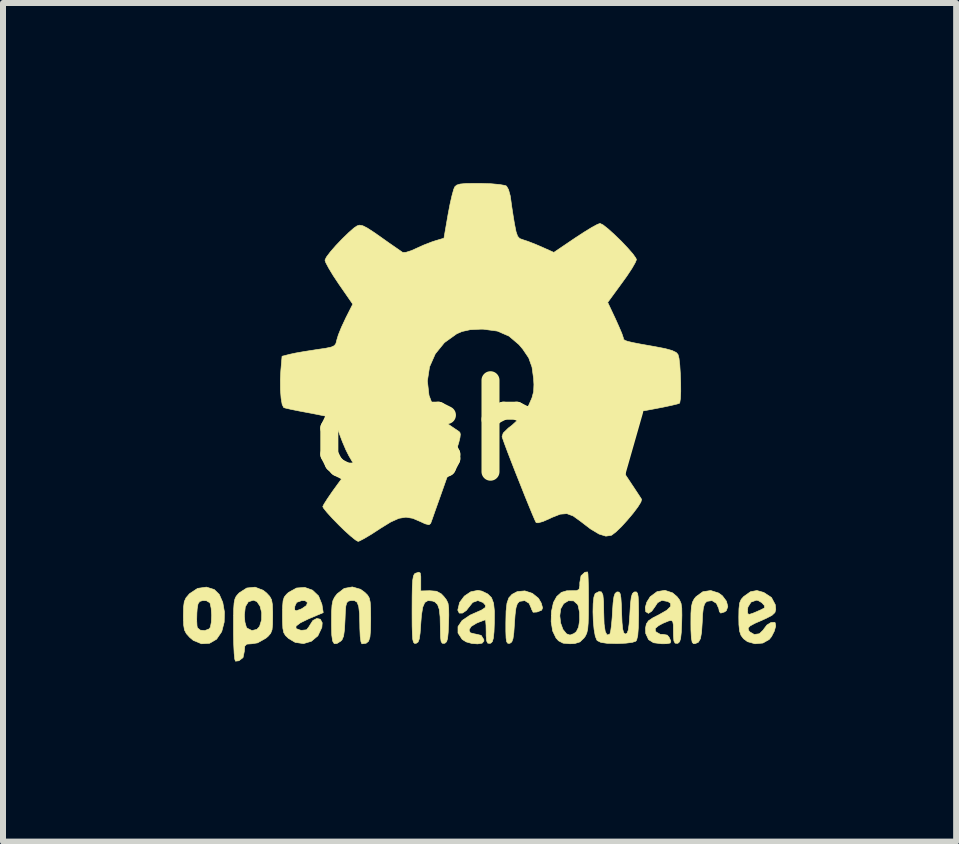
<source format=kicad_pcb>
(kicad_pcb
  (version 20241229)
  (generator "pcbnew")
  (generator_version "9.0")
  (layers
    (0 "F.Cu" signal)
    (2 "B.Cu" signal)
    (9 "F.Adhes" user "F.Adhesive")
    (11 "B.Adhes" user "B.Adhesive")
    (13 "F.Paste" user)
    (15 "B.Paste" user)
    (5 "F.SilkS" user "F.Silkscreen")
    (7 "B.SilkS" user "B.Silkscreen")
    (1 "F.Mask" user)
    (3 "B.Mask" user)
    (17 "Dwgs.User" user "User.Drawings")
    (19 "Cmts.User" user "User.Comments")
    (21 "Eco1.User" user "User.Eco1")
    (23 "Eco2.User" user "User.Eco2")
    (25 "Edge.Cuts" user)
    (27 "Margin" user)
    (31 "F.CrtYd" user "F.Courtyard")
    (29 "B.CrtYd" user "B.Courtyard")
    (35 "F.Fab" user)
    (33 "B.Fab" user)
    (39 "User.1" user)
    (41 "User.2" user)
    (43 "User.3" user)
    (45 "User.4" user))
  (footprint "oshw"
    (layer "F.Cu")
    (at 4.94 4.119)
    (property "Reference" "oshw" (at 0 0 0) (layer "F.SilkS") (effects (font (size 1.524 1.524) (thickness 0.3))))
    (attr through_hole)
    (fp_poly (pts (xy 3.983 2.711) (xy 4.045 2.757) (xy 4.112 2.847) (xy 4.135 2.936) (xy 4.11 3.005) (xy 4.079 3.026) (xy 4.017 3.045) (xy 3.994 3.02) (xy 3.985 2.97) (xy 3.945 2.882) (xy 3.872 2.837) (xy 3.789 2.849) (xy 3.783 2.852) (xy 3.75 2.888) (xy 3.728 2.955) (xy 3.715 3.067) (xy 3.709 3.196) (xy 3.698 3.364) (xy 3.679 3.471) (xy 3.645 3.53) (xy 3.591 3.554) (xy 3.565 3.555) (xy 3.542 3.533) (xy 3.528 3.46) (xy 3.521 3.328) (xy 3.52 3.213) (xy 3.521 3.049) (xy 3.529 2.938) (xy 3.546 2.864) (xy 3.576 2.807) (xy 3.606 2.771) (xy 3.719 2.689) (xy 3.851 2.669) (xy 3.983 2.711)) (stroke (width 0.01) (type solid)) (fill yes) (layer "F.SilkS"))
    (fp_poly (pts (xy 0.879 2.716) (xy 0.981 2.798) (xy 1.027 2.878) (xy 1.049 2.958) (xy 1.034 2.996) (xy 0.97 3.022) (xy 0.955 3.027) (xy 0.892 3.031) (xy 0.866 2.981) (xy 0.865 2.972) (xy 0.825 2.882) (xy 0.752 2.837) (xy 0.669 2.849) (xy 0.662 2.852) (xy 0.629 2.888) (xy 0.606 2.957) (xy 0.591 3.072) (xy 0.581 3.215) (xy 0.57 3.373) (xy 0.556 3.472) (xy 0.536 3.525) (xy 0.507 3.547) (xy 0.499 3.549) (xy 0.47 3.548) (xy 0.451 3.523) (xy 0.441 3.46) (xy 0.437 3.349) (xy 0.437 3.205) (xy 0.441 3.013) (xy 0.456 2.88) (xy 0.487 2.791) (xy 0.54 2.733) (xy 0.619 2.691) (xy 0.633 2.686) (xy 0.754 2.675) (xy 0.879 2.716)) (stroke (width 0.01) (type solid)) (fill yes) (layer "F.SilkS"))
    (fp_poly (pts (xy -4.421 2.652) (xy -4.337 2.734) (xy -4.279 2.866) (xy -4.251 3.026) (xy -4.255 3.195) (xy -4.296 3.353) (xy -4.297 3.355) (xy -4.382 3.48) (xy -4.499 3.548) (xy -4.633 3.556) (xy -4.768 3.501) (xy -4.829 3.45) (xy -4.885 3.388) (xy -4.917 3.326) (xy -4.931 3.241) (xy -4.933 3.163) (xy -4.713 3.163) (xy -4.708 3.256) (xy -4.702 3.289) (xy -4.654 3.329) (xy -4.578 3.336) (xy -4.509 3.31) (xy -4.485 3.281) (xy -4.469 3.195) (xy -4.464 3.079) (xy -4.472 2.964) (xy -4.49 2.882) (xy -4.495 2.872) (xy -4.551 2.839) (xy -4.612 2.836) (xy -4.663 2.851) (xy -4.691 2.891) (xy -4.705 2.973) (xy -4.71 3.044) (xy -4.713 3.163) (xy -4.933 3.163) (xy -4.935 3.11) (xy -4.935 3.084) (xy -4.932 2.945) (xy -4.92 2.854) (xy -4.891 2.79) (xy -4.839 2.729) (xy -4.829 2.719) (xy -4.698 2.633) (xy -4.551 2.612) (xy -4.421 2.652)) (stroke (width 0.01) (type solid)) (fill yes) (layer "F.SilkS"))
    (fp_poly (pts (xy -1.984 2.648) (xy -1.91 2.702) (xy -1.866 2.746) (xy -1.838 2.794) (xy -1.823 2.861) (xy -1.816 2.964) (xy -1.814 3.12) (xy -1.814 3.151) (xy -1.817 3.328) (xy -1.827 3.445) (xy -1.85 3.514) (xy -1.89 3.547) (xy -1.951 3.556) (xy -1.962 3.556) (xy -1.977 3.522) (xy -1.989 3.433) (xy -1.995 3.303) (xy -1.996 3.239) (xy -2 3.056) (xy -2.014 2.935) (xy -2.04 2.865) (xy -2.085 2.836) (xy -2.145 2.836) (xy -2.187 2.846) (xy -2.213 2.872) (xy -2.229 2.929) (xy -2.237 3.031) (xy -2.242 3.157) (xy -2.251 3.321) (xy -2.266 3.428) (xy -2.292 3.49) (xy -2.312 3.511) (xy -2.377 3.552) (xy -2.422 3.554) (xy -2.449 3.51) (xy -2.463 3.412) (xy -2.467 3.251) (xy -2.467 3.196) (xy -2.466 3.028) (xy -2.459 2.915) (xy -2.444 2.838) (xy -2.416 2.78) (xy -2.373 2.724) (xy -2.256 2.634) (xy -2.121 2.609) (xy -1.984 2.648)) (stroke (width 0.01) (type solid)) (fill yes) (layer "F.SilkS"))
    (fp_poly (pts (xy -2.784 2.663) (xy -2.683 2.759) (xy -2.627 2.899) (xy -2.626 2.906) (xy -2.605 3.037) (xy -2.846 3.139) (xy -2.986 3.207) (xy -3.058 3.262) (xy -3.059 3.302) (xy -2.99 3.328) (xy -2.964 3.332) (xy -2.882 3.323) (xy -2.836 3.263) (xy -2.833 3.255) (xy -2.778 3.169) (xy -2.712 3.134) (xy -2.654 3.147) (xy -2.622 3.206) (xy -2.628 3.284) (xy -2.694 3.423) (xy -2.802 3.514) (xy -2.933 3.553) (xy -3.072 3.533) (xy -3.182 3.468) (xy -3.233 3.42) (xy -3.263 3.37) (xy -3.278 3.297) (xy -3.283 3.184) (xy -3.284 3.084) (xy -3.283 2.991) (xy -3.082 2.991) (xy -3.058 3.007) (xy -2.99 2.984) (xy -2.959 2.97) (xy -2.884 2.918) (xy -2.868 2.869) (xy -2.908 2.838) (xy -2.966 2.837) (xy -3.048 2.867) (xy -3.078 2.93) (xy -3.082 2.991) (xy -3.283 2.991) (xy -3.282 2.936) (xy -3.274 2.84) (xy -3.254 2.778) (xy -3.216 2.731) (xy -3.182 2.7) (xy -3.05 2.627) (xy -2.912 2.617) (xy -2.784 2.663)) (stroke (width 0.01) (type solid)) (fill yes) (layer "F.SilkS"))
    (fp_poly (pts (xy 1.805 2.393) (xy 1.809 2.486) (xy 1.813 2.626) (xy 1.814 2.8) (xy 1.814 2.862) (xy 1.813 3.066) (xy 1.809 3.211) (xy 1.801 3.311) (xy 1.785 3.379) (xy 1.762 3.428) (xy 1.739 3.46) (xy 1.672 3.525) (xy 1.586 3.552) (xy 1.506 3.556) (xy 1.391 3.546) (xy 1.316 3.507) (xy 1.273 3.46) (xy 1.217 3.343) (xy 1.192 3.187) (xy 1.195 3.089) (xy 1.336 3.089) (xy 1.35 3.211) (xy 1.389 3.318) (xy 1.449 3.391) (xy 1.506 3.411) (xy 1.57 3.387) (xy 1.612 3.354) (xy 1.649 3.278) (xy 1.667 3.161) (xy 1.665 3.032) (xy 1.642 2.923) (xy 1.632 2.9) (xy 1.566 2.841) (xy 1.478 2.839) (xy 1.4 2.887) (xy 1.351 2.974) (xy 1.336 3.089) (xy 1.195 3.089) (xy 1.197 3.02) (xy 1.23 2.869) (xy 1.285 2.769) (xy 1.362 2.7) (xy 1.452 2.673) (xy 1.52 2.672) (xy 1.615 2.671) (xy 1.657 2.65) (xy 1.669 2.59) (xy 1.669 2.539) (xy 1.69 2.423) (xy 1.754 2.365) (xy 1.799 2.359) (xy 1.805 2.393)) (stroke (width 0.01) (type solid)) (fill yes) (layer "F.SilkS"))
    (fp_poly (pts (xy -0.989 2.377) (xy -0.98 2.436) (xy -0.98 2.517) (xy -0.98 2.676) (xy -0.831 2.672) (xy -0.718 2.681) (xy -0.639 2.724) (xy -0.594 2.771) (xy -0.552 2.826) (xy -0.526 2.882) (xy -0.515 2.96) (xy -0.513 3.077) (xy -0.516 3.205) (xy -0.523 3.365) (xy -0.533 3.466) (xy -0.55 3.522) (xy -0.577 3.546) (xy -0.59 3.549) (xy -0.623 3.547) (xy -0.642 3.516) (xy -0.651 3.442) (xy -0.654 3.311) (xy -0.654 3.296) (xy -0.658 3.109) (xy -0.672 2.982) (xy -0.7 2.903) (xy -0.745 2.859) (xy -0.787 2.843) (xy -0.861 2.837) (xy -0.913 2.868) (xy -0.947 2.946) (xy -0.969 3.08) (xy -0.98 3.222) (xy -0.991 3.378) (xy -1.005 3.475) (xy -1.025 3.527) (xy -1.056 3.548) (xy -1.061 3.549) (xy -1.085 3.549) (xy -1.102 3.529) (xy -1.114 3.481) (xy -1.12 3.394) (xy -1.124 3.258) (xy -1.125 3.063) (xy -1.125 2.982) (xy -1.124 2.761) (xy -1.121 2.602) (xy -1.114 2.494) (xy -1.102 2.428) (xy -1.086 2.393) (xy -1.067 2.381) (xy -1.014 2.364) (xy -0.989 2.377)) (stroke (width 0.01) (type solid)) (fill yes) (layer "F.SilkS"))
    (fp_poly (pts (xy -3.604 2.666) (xy -3.549 2.71) (xy -3.497 2.766) (xy -3.466 2.823) (xy -3.452 2.902) (xy -3.447 3.025) (xy -3.447 3.088) (xy -3.449 3.231) (xy -3.458 3.323) (xy -3.481 3.382) (xy -3.523 3.431) (xy -3.559 3.462) (xy -3.699 3.541) (xy -3.795 3.556) (xy -3.879 3.562) (xy -3.912 3.595) (xy -3.919 3.677) (xy -3.919 3.679) (xy -3.941 3.786) (xy -4.01 3.839) (xy -4.067 3.846) (xy -4.079 3.812) (xy -4.089 3.717) (xy -4.096 3.574) (xy -4.1 3.394) (xy -4.1 3.325) (xy -4.1 3.121) (xy -4.099 3.084) (xy -3.919 3.084) (xy -3.91 3.194) (xy -3.887 3.276) (xy -3.875 3.295) (xy -3.793 3.336) (xy -3.71 3.316) (xy -3.666 3.268) (xy -3.632 3.157) (xy -3.63 3.038) (xy -3.658 2.929) (xy -3.709 2.854) (xy -3.768 2.83) (xy -3.853 2.857) (xy -3.903 2.939) (xy -3.919 3.083) (xy -3.919 3.084) (xy -4.099 3.084) (xy -4.097 2.976) (xy -4.09 2.877) (xy -4.077 2.812) (xy -4.056 2.766) (xy -4.024 2.728) (xy -4.005 2.708) (xy -3.879 2.627) (xy -3.74 2.613) (xy -3.604 2.666)) (stroke (width 0.01) (type solid)) (fill yes) (layer "F.SilkS"))
    (fp_poly (pts (xy 0.039 2.679) (xy 0.135 2.726) (xy 0.198 2.788) (xy 0.233 2.881) (xy 0.247 3.017) (xy 0.246 3.197) (xy 0.24 3.359) (xy 0.229 3.462) (xy 0.213 3.519) (xy 0.187 3.545) (xy 0.172 3.549) (xy 0.136 3.546) (xy 0.117 3.509) (xy 0.109 3.422) (xy 0.109 3.359) (xy 0.107 3.249) (xy 0.101 3.175) (xy 0.095 3.157) (xy 0.056 3.17) (xy -0.024 3.201) (xy -0.052 3.213) (xy -0.142 3.268) (xy -0.176 3.326) (xy -0.156 3.373) (xy -0.077 3.393) (xy -0.072 3.393) (xy 0.026 3.416) (xy 0.07 3.486) (xy 0.072 3.511) (xy 0.042 3.546) (xy -0.033 3.558) (xy -0.129 3.551) (xy -0.223 3.525) (xy -0.29 3.483) (xy -0.36 3.376) (xy -0.36 3.27) (xy -0.292 3.169) (xy -0.159 3.079) (xy -0.092 3.049) (xy 0.031 2.995) (xy 0.092 2.954) (xy 0.1 2.916) (xy 0.062 2.873) (xy 0.056 2.868) (xy -0.03 2.836) (xy -0.115 2.867) (xy -0.159 2.921) (xy -0.221 3.001) (xy -0.286 3.045) (xy -0.339 3.045) (xy -0.363 2.997) (xy -0.363 2.992) (xy -0.333 2.868) (xy -0.254 2.762) (xy -0.147 2.69) (xy -0.028 2.666) (xy 0.039 2.679)) (stroke (width 0.01) (type solid)) (fill yes) (layer "F.SilkS"))
    (fp_poly (pts (xy 4.734 2.701) (xy 4.862 2.785) (xy 4.926 2.905) (xy 4.934 2.982) (xy 4.92 3.036) (xy 4.87 3.083) (xy 4.769 3.135) (xy 4.726 3.154) (xy 4.587 3.215) (xy 4.506 3.259) (xy 4.474 3.294) (xy 4.481 3.331) (xy 4.5 3.357) (xy 4.576 3.401) (xy 4.661 3.389) (xy 4.728 3.324) (xy 4.735 3.311) (xy 4.786 3.244) (xy 4.854 3.202) (xy 4.914 3.199) (xy 4.924 3.206) (xy 4.933 3.26) (xy 4.91 3.345) (xy 4.864 3.435) (xy 4.825 3.484) (xy 4.719 3.544) (xy 4.588 3.556) (xy 4.463 3.521) (xy 4.397 3.472) (xy 4.355 3.416) (xy 4.331 3.345) (xy 4.32 3.239) (xy 4.318 3.115) (xy 4.32 3.001) (xy 4.463 3.001) (xy 4.467 3.053) (xy 4.491 3.067) (xy 4.554 3.047) (xy 4.597 3.029) (xy 4.686 2.99) (xy 4.742 2.961) (xy 4.748 2.957) (xy 4.745 2.919) (xy 4.701 2.871) (xy 4.641 2.836) (xy 4.611 2.83) (xy 4.522 2.862) (xy 4.47 2.945) (xy 4.463 3.001) (xy 4.32 3.001) (xy 4.321 2.97) (xy 4.332 2.877) (xy 4.358 2.816) (xy 4.4 2.769) (xy 4.513 2.689) (xy 4.62 2.669) (xy 4.734 2.701)) (stroke (width 0.01) (type solid)) (fill yes) (layer "F.SilkS"))
    (fp_poly (pts (xy 3.215 2.708) (xy 3.29 2.772) (xy 3.331 2.826) (xy 3.356 2.883) (xy 3.368 2.962) (xy 3.37 3.08) (xy 3.367 3.205) (xy 3.36 3.365) (xy 3.349 3.466) (xy 3.332 3.522) (xy 3.306 3.546) (xy 3.293 3.549) (xy 3.257 3.546) (xy 3.237 3.509) (xy 3.23 3.423) (xy 3.229 3.357) (xy 3.228 3.241) (xy 3.217 3.183) (xy 3.192 3.167) (xy 3.148 3.176) (xy 3.052 3.216) (xy 2.982 3.254) (xy 2.926 3.3) (xy 2.929 3.342) (xy 2.943 3.361) (xy 3.012 3.399) (xy 3.055 3.399) (xy 3.127 3.412) (xy 3.157 3.448) (xy 3.186 3.512) (xy 3.175 3.544) (xy 3.113 3.555) (xy 3.035 3.556) (xy 2.898 3.539) (xy 2.815 3.487) (xy 2.767 3.383) (xy 2.764 3.296) (xy 2.778 3.226) (xy 2.814 3.173) (xy 2.888 3.123) (xy 2.985 3.074) (xy 3.118 2.998) (xy 3.184 2.933) (xy 3.181 2.881) (xy 3.136 2.852) (xy 3.036 2.833) (xy 2.965 2.872) (xy 2.921 2.939) (xy 2.868 3.013) (xy 2.815 3.048) (xy 2.811 3.048) (xy 2.767 3.021) (xy 2.76 2.952) (xy 2.786 2.862) (xy 2.843 2.771) (xy 2.844 2.771) (xy 2.957 2.687) (xy 3.088 2.666) (xy 3.215 2.708)) (stroke (width 0.01) (type solid)) (fill yes) (layer "F.SilkS"))
    (fp_poly (pts (xy 2.03 2.692) (xy 2.054 2.743) (xy 2.065 2.849) (xy 2.068 3.017) (xy 2.068 3.028) (xy 2.074 3.225) (xy 2.093 3.352) (xy 2.123 3.409) (xy 2.167 3.397) (xy 2.17 3.393) (xy 2.183 3.349) (xy 2.197 3.249) (xy 2.209 3.112) (xy 2.213 3.036) (xy 2.224 2.875) (xy 2.238 2.773) (xy 2.257 2.718) (xy 2.285 2.694) (xy 2.294 2.692) (xy 2.323 2.695) (xy 2.342 2.723) (xy 2.354 2.79) (xy 2.362 2.908) (xy 2.366 3.037) (xy 2.373 3.205) (xy 2.384 3.312) (xy 2.4 3.371) (xy 2.423 3.392) (xy 2.431 3.393) (xy 2.458 3.378) (xy 2.477 3.327) (xy 2.491 3.227) (xy 2.503 3.068) (xy 2.504 3.048) (xy 2.514 2.885) (xy 2.527 2.78) (xy 2.545 2.722) (xy 2.572 2.696) (xy 2.585 2.692) (xy 2.613 2.693) (xy 2.632 2.717) (xy 2.642 2.776) (xy 2.647 2.881) (xy 2.649 3.045) (xy 2.649 3.077) (xy 2.645 3.28) (xy 2.635 3.416) (xy 2.616 3.494) (xy 2.602 3.513) (xy 2.545 3.532) (xy 2.437 3.546) (xy 2.3 3.552) (xy 2.278 3.552) (xy 2.121 3.548) (xy 2.021 3.533) (xy 1.964 3.505) (xy 1.953 3.494) (xy 1.927 3.429) (xy 1.907 3.316) (xy 1.894 3.175) (xy 1.889 3.025) (xy 1.892 2.887) (xy 1.904 2.779) (xy 1.925 2.72) (xy 1.929 2.717) (xy 1.989 2.687) (xy 2.03 2.692)) (stroke (width 0.01) (type solid)) (fill yes) (layer "F.SilkS"))
    (fp_poly (pts (xy 0.016 -4.114) (xy 0.192 -4.108) (xy 0.333 -4.095) (xy 0.425 -4.079) (xy 0.449 -4.068) (xy 0.482 -4.009) (xy 0.51 -3.908) (xy 0.518 -3.855) (xy 0.536 -3.724) (xy 0.561 -3.562) (xy 0.581 -3.441) (xy 0.607 -3.31) (xy 0.633 -3.234) (xy 0.668 -3.195) (xy 0.72 -3.176) (xy 0.805 -3.148) (xy 0.926 -3.101) (xy 1.027 -3.058) (xy 1.237 -2.964) (xy 1.594 -3.206) (xy 1.738 -3.3) (xy 1.865 -3.378) (xy 1.959 -3.429) (xy 2.006 -3.447) (xy 2.057 -3.422) (xy 2.142 -3.355) (xy 2.247 -3.26) (xy 2.36 -3.151) (xy 2.465 -3.04) (xy 2.551 -2.942) (xy 2.603 -2.869) (xy 2.613 -2.843) (xy 2.592 -2.792) (xy 2.537 -2.696) (xy 2.455 -2.572) (xy 2.373 -2.458) (xy 2.134 -2.131) (xy 2.265 -1.853) (xy 2.324 -1.721) (xy 2.37 -1.613) (xy 2.393 -1.545) (xy 2.395 -1.535) (xy 2.399 -1.516) (xy 2.42 -1.499) (xy 2.467 -1.482) (xy 2.552 -1.462) (xy 2.686 -1.436) (xy 2.878 -1.402) (xy 2.913 -1.396) (xy 3.09 -1.362) (xy 3.206 -1.33) (xy 3.275 -1.297) (xy 3.305 -1.264) (xy 3.322 -1.2) (xy 3.335 -1.088) (xy 3.344 -0.946) (xy 3.35 -0.794) (xy 3.351 -0.649) (xy 3.346 -0.532) (xy 3.335 -0.462) (xy 3.33 -0.451) (xy 3.289 -0.438) (xy 3.194 -0.415) (xy 3.063 -0.387) (xy 2.913 -0.358) (xy 2.763 -0.33) (xy 2.631 -0.308) (xy 2.533 -0.294) (xy 2.497 -0.291) (xy 2.475 -0.259) (xy 2.442 -0.176) (xy 2.412 -0.082) (xy 2.365 0.063) (xy 2.311 0.205) (xy 2.282 0.272) (xy 2.212 0.416) (xy 2.443 0.761) (xy 2.537 0.903) (xy 2.618 1.025) (xy 2.675 1.112) (xy 2.699 1.15) (xy 2.687 1.195) (xy 2.636 1.277) (xy 2.557 1.382) (xy 2.462 1.495) (xy 2.364 1.603) (xy 2.273 1.691) (xy 2.202 1.745) (xy 2.192 1.75) (xy 2.103 1.763) (xy 1.99 1.728) (xy 1.845 1.641) (xy 1.681 1.515) (xy 1.559 1.427) (xy 1.454 1.388) (xy 1.343 1.397) (xy 1.203 1.452) (xy 1.161 1.473) (xy 1.055 1.519) (xy 0.974 1.541) (xy 0.942 1.537) (xy 0.922 1.497) (xy 0.881 1.402) (xy 0.824 1.264) (xy 0.755 1.095) (xy 0.681 0.908) (xy 0.604 0.715) (xy 0.531 0.528) (xy 0.466 0.36) (xy 0.415 0.223) (xy 0.382 0.13) (xy 0.374 0.105) (xy 0.394 0.045) (xy 0.48 -0.039) (xy 0.537 -0.082) (xy 0.697 -0.228) (xy 0.815 -0.412) (xy 0.817 -0.415) (xy 0.872 -0.54) (xy 0.9 -0.644) (xy 0.905 -0.763) (xy 0.899 -0.865) (xy 0.873 -1.054) (xy 0.818 -1.207) (xy 0.72 -1.352) (xy 0.656 -1.428) (xy 0.49 -1.569) (xy 0.296 -1.653) (xy 0.06 -1.685) (xy 0.018 -1.685) (xy -0.159 -1.676) (xy -0.294 -1.646) (xy -0.381 -1.608) (xy -0.586 -1.461) (xy -0.738 -1.274) (xy -0.834 -1.057) (xy -0.87 -0.823) (xy -0.843 -0.583) (xy -0.775 -0.403) (xy -0.677 -0.248) (xy -0.541 -0.114) (xy -0.35 0.016) (xy -0.346 0.018) (xy -0.328 0.036) (xy -0.321 0.068) (xy -0.327 0.122) (xy -0.348 0.208) (xy -0.388 0.334) (xy -0.447 0.51) (xy -0.529 0.744) (xy -0.542 0.78) (xy -0.619 0.998) (xy -0.689 1.195) (xy -0.747 1.358) (xy -0.789 1.478) (xy -0.813 1.544) (xy -0.816 1.552) (xy -0.844 1.573) (xy -0.908 1.557) (xy -0.985 1.521) (xy -1.113 1.466) (xy -1.227 1.447) (xy -1.344 1.466) (xy -1.48 1.527) (xy -1.651 1.632) (xy -1.673 1.647) (xy -1.806 1.733) (xy -1.92 1.801) (xy -1.999 1.842) (xy -2.024 1.851) (xy -2.068 1.826) (xy -2.15 1.76) (xy -2.256 1.664) (xy -2.342 1.58) (xy -2.454 1.465) (xy -2.543 1.367) (xy -2.599 1.297) (xy -2.613 1.271) (xy -2.592 1.229) (xy -2.536 1.141) (xy -2.454 1.021) (xy -2.359 0.89) (xy -2.106 0.547) (xy -2.178 0.424) (xy -2.228 0.325) (xy -2.286 0.189) (xy -2.335 0.06) (xy -2.379 -0.062) (xy -2.416 -0.156) (xy -2.439 -0.201) (xy -2.439 -0.202) (xy -2.481 -0.216) (xy -2.579 -0.239) (xy -2.717 -0.267) (xy -2.847 -0.292) (xy -3.007 -0.322) (xy -3.141 -0.349) (xy -3.232 -0.37) (xy -3.263 -0.379) (xy -3.289 -0.43) (xy -3.307 -0.536) (xy -3.318 -0.68) (xy -3.319 -0.845) (xy -3.312 -0.989) (xy -3.291 -1.234) (xy -3.161 -1.267) (xy -3.063 -1.288) (xy -2.92 -1.313) (xy -2.759 -1.338) (xy -2.715 -1.345) (xy -2.565 -1.367) (xy -2.471 -1.387) (xy -2.419 -1.411) (xy -2.394 -1.446) (xy -2.38 -1.499) (xy -2.38 -1.502) (xy -2.353 -1.591) (xy -2.302 -1.717) (xy -2.238 -1.853) (xy -2.236 -1.859) (xy -2.113 -2.102) (xy -2.345 -2.437) (xy -2.438 -2.577) (xy -2.513 -2.701) (xy -2.562 -2.793) (xy -2.576 -2.835) (xy -2.552 -2.886) (xy -2.487 -2.972) (xy -2.395 -3.078) (xy -2.289 -3.189) (xy -2.184 -3.291) (xy -2.093 -3.371) (xy -2.041 -3.406) (xy -2 -3.418) (xy -1.948 -3.409) (xy -1.872 -3.371) (xy -1.761 -3.299) (xy -1.645 -3.218) (xy -1.51 -3.122) (xy -1.394 -3.042) (xy -1.312 -2.985) (xy -1.282 -2.964) (xy -1.228 -2.965) (xy -1.136 -2.994) (xy -1.065 -3.026) (xy -0.93 -3.087) (xy -0.793 -3.14) (xy -0.741 -3.157) (xy -0.594 -3.201) (xy -0.525 -3.6) (xy -0.493 -3.767) (xy -0.46 -3.912) (xy -0.431 -4.016) (xy -0.412 -4.059) (xy -0.38 -4.086) (xy -0.324 -4.103) (xy -0.229 -4.112) (xy -0.082 -4.114) (xy 0.016 -4.114)) (stroke (width 0.01) (type solid)) (fill yes) (layer "F.SilkS")))
  (gr_rect
    (start -3 -3)
    (end 12.879 10.971)
    (stroke (width 0.1) (type default))
    (fill no)
    (layer "Edge.Cuts")))
</source>
